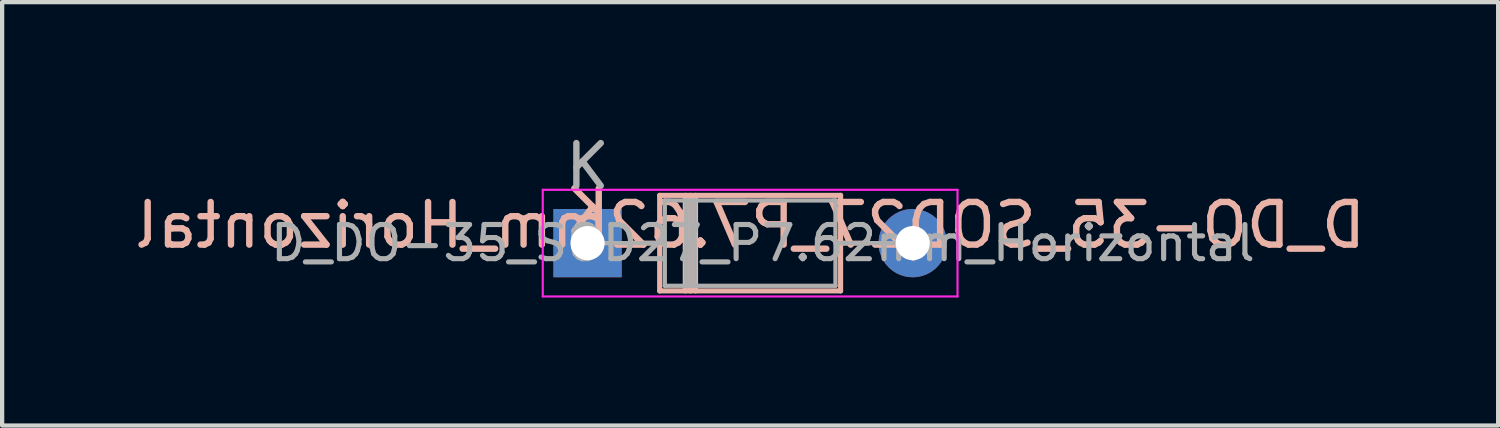
<source format=kicad_pcb>
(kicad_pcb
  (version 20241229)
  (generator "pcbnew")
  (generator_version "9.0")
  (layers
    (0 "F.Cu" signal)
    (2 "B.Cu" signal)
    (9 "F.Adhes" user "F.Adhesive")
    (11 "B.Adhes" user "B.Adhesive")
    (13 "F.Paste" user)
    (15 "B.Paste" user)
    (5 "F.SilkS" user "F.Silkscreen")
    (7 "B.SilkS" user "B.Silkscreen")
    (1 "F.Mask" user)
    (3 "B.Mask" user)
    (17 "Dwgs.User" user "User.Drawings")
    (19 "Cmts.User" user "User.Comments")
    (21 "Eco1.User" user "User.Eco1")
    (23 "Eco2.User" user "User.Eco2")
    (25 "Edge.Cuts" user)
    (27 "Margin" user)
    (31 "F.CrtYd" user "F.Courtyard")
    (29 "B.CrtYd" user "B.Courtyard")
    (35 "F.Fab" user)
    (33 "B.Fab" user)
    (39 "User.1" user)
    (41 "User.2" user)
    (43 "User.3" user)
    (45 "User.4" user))
  (footprint "D_DO-35_SOD27_P7.62mm_Horizontal"
    (layer "F.Cu")
    (at 10.72 2.648)
    (property "Reference" "D_DO-35_SOD27_P7.62mm_Horizontal" (at 3.81 -0.42 0) (layer "B.SilkS") (effects (font (size 1 1) (thickness 0.15)) (justify mirror)))
    (attr through_hole)
    (fp_line (start 1.04 0) (end 1.69 0) (stroke (width 0.12) (type solid)) (layer "B.SilkS"))
    (fp_line (start 1.69 -1.12) (end 5.93 -1.12) (stroke (width 0.12) (type solid)) (layer "B.SilkS"))
    (fp_line (start 1.69 1.12) (end 1.69 -1.12) (stroke (width 0.12) (type solid)) (layer "B.SilkS"))
    (fp_line (start 2.29 1.12) (end 2.29 -1.12) (stroke (width 0.12) (type solid)) (layer "B.SilkS"))
    (fp_line (start 2.41 1.12) (end 2.41 -1.12) (stroke (width 0.12) (type solid)) (layer "B.SilkS"))
    (fp_line (start 2.53 1.12) (end 2.53 -1.12) (stroke (width 0.12) (type solid)) (layer "B.SilkS"))
    (fp_line (start 5.93 -1.12) (end 5.93 1.12) (stroke (width 0.12) (type solid)) (layer "B.SilkS"))
    (fp_line (start 5.93 1.12) (end 1.69 1.12) (stroke (width 0.12) (type solid)) (layer "B.SilkS"))
    (fp_line (start 6.58 0) (end 5.93 0) (stroke (width 0.12) (type solid)) (layer "B.SilkS"))
    (fp_line (start -1.05 -1.25) (end -1.05 1.25) (stroke (width 0.05) (type solid)) (layer "F.CrtYd"))
    (fp_line (start -1.05 1.25) (end 8.67 1.25) (stroke (width 0.05) (type solid)) (layer "F.CrtYd"))
    (fp_line (start 8.67 -1.25) (end -1.05 -1.25) (stroke (width 0.05) (type solid)) (layer "F.CrtYd"))
    (fp_line (start 8.67 1.25) (end 8.67 -1.25) (stroke (width 0.05) (type solid)) (layer "F.CrtYd"))
    (fp_line (start 0 0) (end 1.81 0) (stroke (width 0.1) (type solid)) (layer "F.Fab"))
    (fp_line (start 1.81 -1) (end 1.81 1) (stroke (width 0.1) (type solid)) (layer "F.Fab"))
    (fp_line (start 1.81 1) (end 5.81 1) (stroke (width 0.1) (type solid)) (layer "F.Fab"))
    (fp_line (start 2.31 -1) (end 2.31 1) (stroke (width 0.1) (type solid)) (layer "F.Fab"))
    (fp_line (start 2.41 -1) (end 2.41 1) (stroke (width 0.1) (type solid)) (layer "F.Fab"))
    (fp_line (start 2.51 -1) (end 2.51 1) (stroke (width 0.1) (type solid)) (layer "F.Fab"))
    (fp_line (start 5.81 -1) (end 1.81 -1) (stroke (width 0.1) (type solid)) (layer "F.Fab"))
    (fp_line (start 5.81 1) (end 5.81 -1) (stroke (width 0.1) (type solid)) (layer "F.Fab"))
    (fp_line (start 7.62 0) (end 5.81 0) (stroke (width 0.1) (type solid)) (layer "F.Fab"))
    (fp_text user "K" (at 0 -0.74 0) (layer "B.SilkS") (effects (font (size 1 1) (thickness 0.15)) (justify mirror)))
    (fp_text user "K" (at 0 -1.8 0) (layer "F.Fab") (effects (font (size 1 1) (thickness 0.15))))
    (fp_text user "${REFERENCE}" (at 4.11 0 0) (layer "F.Fab") (effects (font (size 0.8 0.8) (thickness 0.12))))
    (pad "1" thru_hole rect (at 0 0) (size 1.6 1.6) (drill 0.8) (layers "*.Cu" "*.Mask"))
    (pad "2" thru_hole oval (at 7.62 0) (size 1.6 1.6) (drill 0.8) (layers "*.Cu" "*.Mask")))
  (gr_rect
    (start -3 -3)
    (end 32.06 6.923)
    (stroke (width 0.1) (type default))
    (fill no)
    (layer "Edge.Cuts")))
</source>
